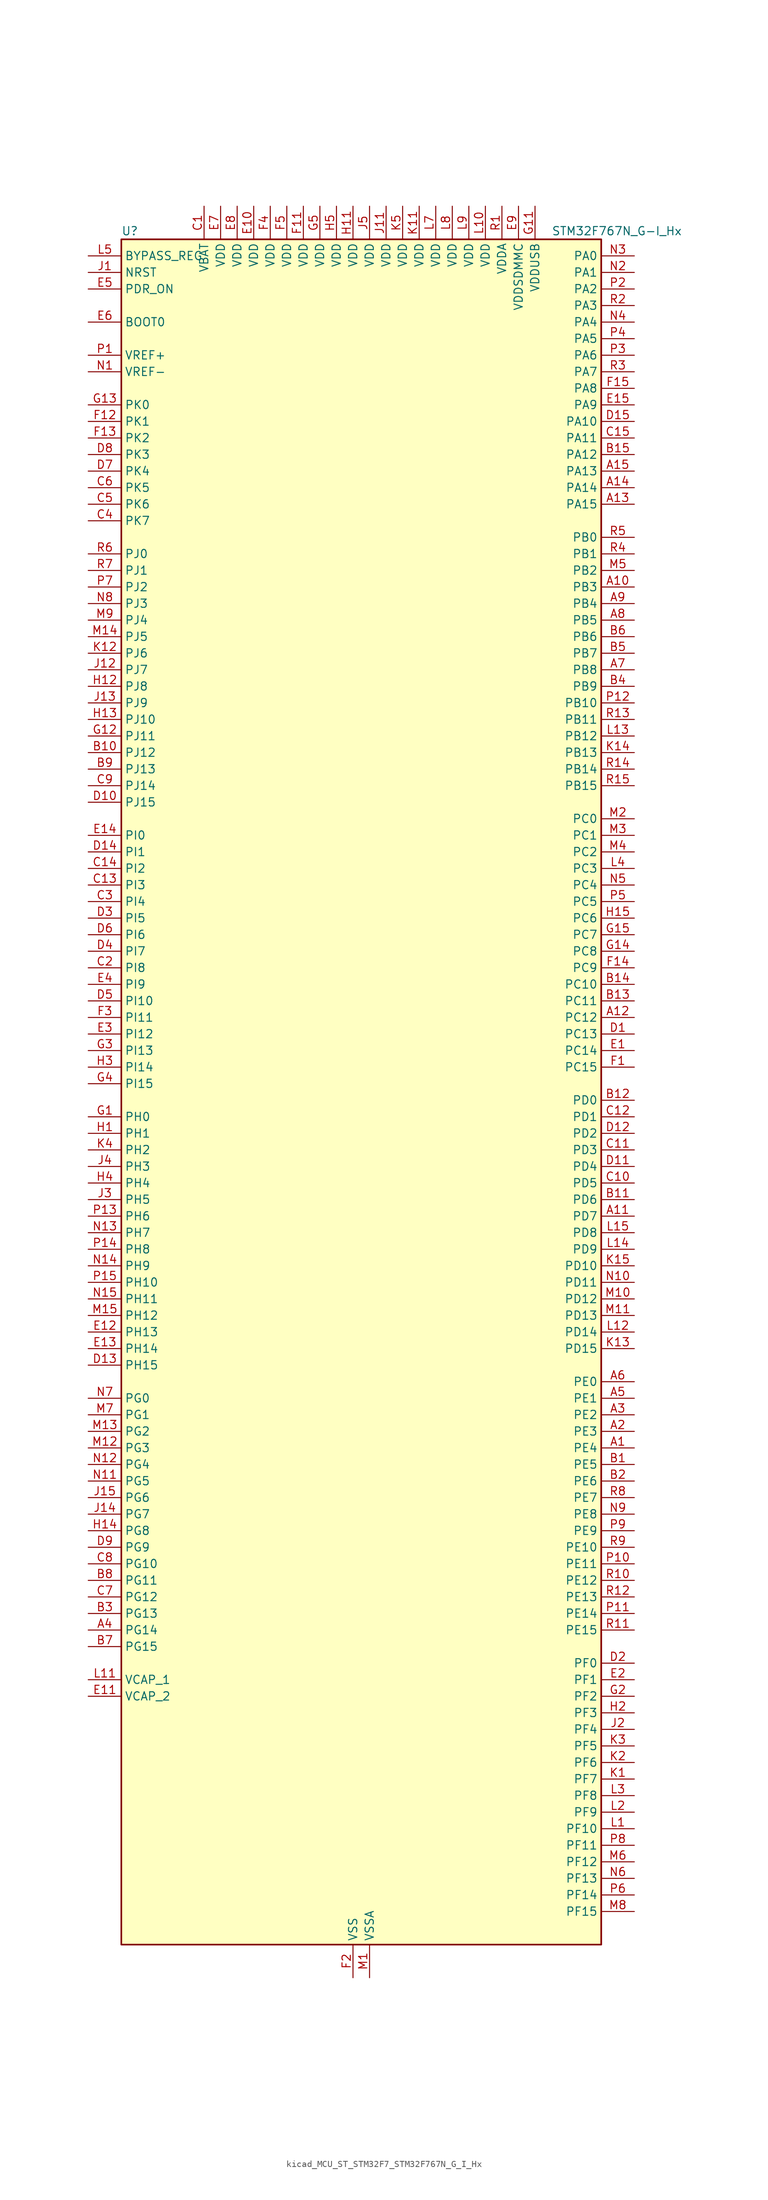
<source format=kicad_sym>
(kicad_symbol_lib
  (version 20220914)
  (generator kicad_symbol_editor)
  (symbol "kicad_MCU_ST_STM32F7_STM32F767N_G_I_Hx"
    (property "Reference" "U"
      (at -35.56 133.35 0)
      (effects (font (size 1.27 1.27)) (justify left)))
    (property "Value" "STM32F767N_G-I_Hx"
      (at 30.48 133.35 0)
      (effects (font (size 1.27 1.27)) (justify left)))
    (property "ki_locked" ""
      (at 0 0 0)
      (effects (font (size 1.27 1.27))))
    (symbol "kicad_MCU_ST_STM32F7_STM32F767N_G_I_Hx_0_1"
      (rectangle (start -35.56 -129.54) (end 38.1 132.08) (stroke (width 0.254) (type default)) (fill (type background))))
    (symbol "kicad_MCU_ST_STM32F7_STM32F767N_G_I_Hx_1_1"
      (pin bidirectional line (at 43.18 -53.34 180) (length 5.08) (name "PE4" (effects (font (size 1.27 1.27)))) (number "A1" (effects (font (size 1.27 1.27)))) (alternate "DCMI_D4" bidirectional line) (alternate "DFSDM1_DATIN3" bidirectional line) (alternate "FMC_A20" bidirectional line) (alternate "LTDC_B0" bidirectional line) (alternate "SAI1_FS_A" bidirectional line) (alternate "SPI4_NSS" bidirectional line) (alternate "SYS_TRACED1" bidirectional line))
      (pin bidirectional line (at 43.18 78.74 180) (length 5.08) (name "PB3" (effects (font (size 1.27 1.27)))) (number "A10" (effects (font (size 1.27 1.27)))) (alternate "CAN3_RX" bidirectional line) (alternate "I2S1_CK" bidirectional line) (alternate "I2S3_CK" bidirectional line) (alternate "SDMMC2_D2" bidirectional line) (alternate "SPI1_SCK" bidirectional line) (alternate "SPI3_SCK" bidirectional line) (alternate "SPI6_SCK" bidirectional line) (alternate "SYS_JTDO-SWO" bidirectional line) (alternate "TIM2_CH2" bidirectional line) (alternate "UART7_RX" bidirectional line))
      (pin bidirectional line (at 43.18 -17.78 180) (length 5.08) (name "PD7" (effects (font (size 1.27 1.27)))) (number "A11" (effects (font (size 1.27 1.27)))) (alternate "DFSDM1_CKIN1" bidirectional line) (alternate "DFSDM1_DATIN4" bidirectional line) (alternate "FMC_NE1" bidirectional line) (alternate "I2S1_SD" bidirectional line) (alternate "SDMMC2_CMD" bidirectional line) (alternate "SPDIFRX_IN0" bidirectional line) (alternate "SPI1_MOSI" bidirectional line) (alternate "USART2_CK" bidirectional line))
      (pin bidirectional line (at 43.18 12.7 180) (length 5.08) (name "PC12" (effects (font (size 1.27 1.27)))) (number "A12" (effects (font (size 1.27 1.27)))) (alternate "DCMI_D9" bidirectional line) (alternate "I2S3_SD" bidirectional line) (alternate "SDMMC1_CK" bidirectional line) (alternate "SPI3_MOSI" bidirectional line) (alternate "SYS_TRACED3" bidirectional line) (alternate "UART5_TX" bidirectional line) (alternate "USART3_CK" bidirectional line))
      (pin bidirectional line (at 43.18 91.44 180) (length 5.08) (name "PA15" (effects (font (size 1.27 1.27)))) (number "A13" (effects (font (size 1.27 1.27)))) (alternate "CAN3_TX" bidirectional line) (alternate "CEC" bidirectional line) (alternate "I2S1_WS" bidirectional line) (alternate "I2S3_WS" bidirectional line) (alternate "SPI1_NSS" bidirectional line) (alternate "SPI3_NSS" bidirectional line) (alternate "SPI6_NSS" bidirectional line) (alternate "SYS_JTDI" bidirectional line) (alternate "TIM2_CH1" bidirectional line) (alternate "TIM2_ETR" bidirectional line) (alternate "UART4_DE" bidirectional line) (alternate "UART4_RTS" bidirectional line) (alternate "UART7_TX" bidirectional line))
      (pin bidirectional line (at 43.18 93.98 180) (length 5.08) (name "PA14" (effects (font (size 1.27 1.27)))) (number "A14" (effects (font (size 1.27 1.27)))) (alternate "SYS_JTCK-SWCLK" bidirectional line))
      (pin bidirectional line (at 43.18 96.52 180) (length 5.08) (name "PA13" (effects (font (size 1.27 1.27)))) (number "A15" (effects (font (size 1.27 1.27)))) (alternate "SYS_JTMS-SWDIO" bidirectional line))
      (pin bidirectional line (at 43.18 -50.8 180) (length 5.08) (name "PE3" (effects (font (size 1.27 1.27)))) (number "A2" (effects (font (size 1.27 1.27)))) (alternate "FMC_A19" bidirectional line) (alternate "SAI1_SD_B" bidirectional line) (alternate "SYS_TRACED0" bidirectional line))
      (pin bidirectional line (at 43.18 -48.26 180) (length 5.08) (name "PE2" (effects (font (size 1.27 1.27)))) (number "A3" (effects (font (size 1.27 1.27)))) (alternate "ETH_TXD3" bidirectional line) (alternate "FMC_A23" bidirectional line) (alternate "QUADSPI_BK1_IO2" bidirectional line) (alternate "SAI1_MCLK_A" bidirectional line) (alternate "SPI4_SCK" bidirectional line) (alternate "SYS_TRACECLK" bidirectional line))
      (pin bidirectional line (at -40.64 -81.28 0) (length 5.08) (name "PG14" (effects (font (size 1.27 1.27)))) (number "A4" (effects (font (size 1.27 1.27)))) (alternate "ETH_TXD1" bidirectional line) (alternate "FMC_A25" bidirectional line) (alternate "LPTIM1_ETR" bidirectional line) (alternate "LTDC_B0" bidirectional line) (alternate "QUADSPI_BK2_IO3" bidirectional line) (alternate "SPI6_MOSI" bidirectional line) (alternate "SYS_TRACED1" bidirectional line) (alternate "USART6_TX" bidirectional line))
      (pin bidirectional line (at 43.18 -45.72 180) (length 5.08) (name "PE1" (effects (font (size 1.27 1.27)))) (number "A5" (effects (font (size 1.27 1.27)))) (alternate "DCMI_D3" bidirectional line) (alternate "FMC_NBL1" bidirectional line) (alternate "LPTIM1_IN2" bidirectional line) (alternate "UART8_TX" bidirectional line))
      (pin bidirectional line (at 43.18 -43.18 180) (length 5.08) (name "PE0" (effects (font (size 1.27 1.27)))) (number "A6" (effects (font (size 1.27 1.27)))) (alternate "DCMI_D2" bidirectional line) (alternate "FMC_NBL0" bidirectional line) (alternate "LPTIM1_ETR" bidirectional line) (alternate "SAI2_MCLK_A" bidirectional line) (alternate "TIM4_ETR" bidirectional line) (alternate "UART8_RX" bidirectional line))
      (pin bidirectional line (at 43.18 66.04 180) (length 5.08) (name "PB8" (effects (font (size 1.27 1.27)))) (number "A7" (effects (font (size 1.27 1.27)))) (alternate "CAN1_RX" bidirectional line) (alternate "DCMI_D6" bidirectional line) (alternate "DFSDM1_CKIN7" bidirectional line) (alternate "ETH_TXD3" bidirectional line) (alternate "I2C1_SCL" bidirectional line) (alternate "I2C4_SCL" bidirectional line) (alternate "LTDC_B6" bidirectional line) (alternate "SDMMC1_D4" bidirectional line) (alternate "SDMMC2_D4" bidirectional line) (alternate "TIM10_CH1" bidirectional line) (alternate "TIM4_CH3" bidirectional line) (alternate "UART5_RX" bidirectional line))
      (pin bidirectional line (at 43.18 73.66 180) (length 5.08) (name "PB5" (effects (font (size 1.27 1.27)))) (number "A8" (effects (font (size 1.27 1.27)))) (alternate "CAN2_RX" bidirectional line) (alternate "DCMI_D10" bidirectional line) (alternate "ETH_PPS_OUT" bidirectional line) (alternate "FMC_SDCKE1" bidirectional line) (alternate "I2C1_SMBA" bidirectional line) (alternate "I2S1_SD" bidirectional line) (alternate "I2S3_SD" bidirectional line) (alternate "LTDC_G7" bidirectional line) (alternate "SPI1_MOSI" bidirectional line) (alternate "SPI3_MOSI" bidirectional line) (alternate "SPI6_MOSI" bidirectional line) (alternate "TIM3_CH2" bidirectional line) (alternate "UART5_RX" bidirectional line) (alternate "USB_OTG_HS_ULPI_D7" bidirectional line))
      (pin bidirectional line (at 43.18 76.2 180) (length 5.08) (name "PB4" (effects (font (size 1.27 1.27)))) (number "A9" (effects (font (size 1.27 1.27)))) (alternate "CAN3_TX" bidirectional line) (alternate "I2S2_WS" bidirectional line) (alternate "SDMMC2_D3" bidirectional line) (alternate "SPI1_MISO" bidirectional line) (alternate "SPI2_NSS" bidirectional line) (alternate "SPI3_MISO" bidirectional line) (alternate "SPI6_MISO" bidirectional line) (alternate "SYS_JTRST" bidirectional line) (alternate "TIM3_CH1" bidirectional line) (alternate "UART7_TX" bidirectional line))
      (pin bidirectional line (at 43.18 -55.88 180) (length 5.08) (name "PE5" (effects (font (size 1.27 1.27)))) (number "B1" (effects (font (size 1.27 1.27)))) (alternate "DCMI_D6" bidirectional line) (alternate "DFSDM1_CKIN3" bidirectional line) (alternate "FMC_A21" bidirectional line) (alternate "LTDC_G0" bidirectional line) (alternate "SAI1_SCK_A" bidirectional line) (alternate "SPI4_MISO" bidirectional line) (alternate "SYS_TRACED2" bidirectional line) (alternate "TIM9_CH1" bidirectional line))
      (pin bidirectional line (at -40.64 53.34 0) (length 5.08) (name "PJ12" (effects (font (size 1.27 1.27)))) (number "B10" (effects (font (size 1.27 1.27)))) (alternate "LTDC_B0" bidirectional line) (alternate "LTDC_G3" bidirectional line))
      (pin bidirectional line (at 43.18 -15.24 180) (length 5.08) (name "PD6" (effects (font (size 1.27 1.27)))) (number "B11" (effects (font (size 1.27 1.27)))) (alternate "DCMI_D10" bidirectional line) (alternate "DFSDM1_CKIN4" bidirectional line) (alternate "DFSDM1_DATIN1" bidirectional line) (alternate "FMC_NWAIT" bidirectional line) (alternate "I2S3_SD" bidirectional line) (alternate "LTDC_B2" bidirectional line) (alternate "SAI1_SD_A" bidirectional line) (alternate "SDMMC2_CK" bidirectional line) (alternate "SPI3_MOSI" bidirectional line) (alternate "USART2_RX" bidirectional line))
      (pin bidirectional line (at 43.18 0 180) (length 5.08) (name "PD0" (effects (font (size 1.27 1.27)))) (number "B12" (effects (font (size 1.27 1.27)))) (alternate "CAN1_RX" bidirectional line) (alternate "DFSDM1_CKIN6" bidirectional line) (alternate "DFSDM1_DATIN7" bidirectional line) (alternate "FMC_D2" bidirectional line) (alternate "FMC_DA2" bidirectional line) (alternate "UART4_RX" bidirectional line))
      (pin bidirectional line (at 43.18 15.24 180) (length 5.08) (name "PC11" (effects (font (size 1.27 1.27)))) (number "B13" (effects (font (size 1.27 1.27)))) (alternate "ADC1_EXTI11" bidirectional line) (alternate "ADC2_EXTI11" bidirectional line) (alternate "ADC3_EXTI11" bidirectional line) (alternate "DCMI_D4" bidirectional line) (alternate "DFSDM1_DATIN5" bidirectional line) (alternate "QUADSPI_BK2_NCS" bidirectional line) (alternate "SDMMC1_D3" bidirectional line) (alternate "SPI3_MISO" bidirectional line) (alternate "UART4_RX" bidirectional line) (alternate "USART3_RX" bidirectional line))
      (pin bidirectional line (at 43.18 17.78 180) (length 5.08) (name "PC10" (effects (font (size 1.27 1.27)))) (number "B14" (effects (font (size 1.27 1.27)))) (alternate "DCMI_D8" bidirectional line) (alternate "DFSDM1_CKIN5" bidirectional line) (alternate "I2S3_CK" bidirectional line) (alternate "LTDC_R2" bidirectional line) (alternate "QUADSPI_BK1_IO1" bidirectional line) (alternate "SDMMC1_D2" bidirectional line) (alternate "SPI3_SCK" bidirectional line) (alternate "UART4_TX" bidirectional line) (alternate "USART3_TX" bidirectional line))
      (pin bidirectional line (at 43.18 99.06 180) (length 5.08) (name "PA12" (effects (font (size 1.27 1.27)))) (number "B15" (effects (font (size 1.27 1.27)))) (alternate "CAN1_TX" bidirectional line) (alternate "I2S2_CK" bidirectional line) (alternate "LTDC_R5" bidirectional line) (alternate "SAI2_FS_B" bidirectional line) (alternate "SPI2_SCK" bidirectional line) (alternate "TIM1_ETR" bidirectional line) (alternate "UART4_TX" bidirectional line) (alternate "USART1_DE" bidirectional line) (alternate "USART1_RTS" bidirectional line) (alternate "USB_OTG_FS_DP" bidirectional line))
      (pin bidirectional line (at 43.18 -58.42 180) (length 5.08) (name "PE6" (effects (font (size 1.27 1.27)))) (number "B2" (effects (font (size 1.27 1.27)))) (alternate "DCMI_D7" bidirectional line) (alternate "FMC_A22" bidirectional line) (alternate "LTDC_G1" bidirectional line) (alternate "SAI1_SD_A" bidirectional line) (alternate "SAI2_MCLK_B" bidirectional line) (alternate "SPI4_MOSI" bidirectional line) (alternate "SYS_TRACED3" bidirectional line) (alternate "TIM1_BKIN2" bidirectional line) (alternate "TIM9_CH2" bidirectional line))
      (pin bidirectional line (at -40.64 -78.74 0) (length 5.08) (name "PG13" (effects (font (size 1.27 1.27)))) (number "B3" (effects (font (size 1.27 1.27)))) (alternate "ETH_TXD0" bidirectional line) (alternate "FMC_A24" bidirectional line) (alternate "LPTIM1_OUT" bidirectional line) (alternate "LTDC_R0" bidirectional line) (alternate "SPI6_SCK" bidirectional line) (alternate "SYS_TRACED0" bidirectional line) (alternate "USART6_CTS" bidirectional line))
      (pin bidirectional line (at 43.18 63.5 180) (length 5.08) (name "PB9" (effects (font (size 1.27 1.27)))) (number "B4" (effects (font (size 1.27 1.27)))) (alternate "CAN1_TX" bidirectional line) (alternate "DAC_EXTI9" bidirectional line) (alternate "DCMI_D7" bidirectional line) (alternate "DFSDM1_DATIN7" bidirectional line) (alternate "I2C1_SDA" bidirectional line) (alternate "I2C4_SDA" bidirectional line) (alternate "I2C4_SMBA" bidirectional line) (alternate "I2S2_WS" bidirectional line) (alternate "LTDC_B7" bidirectional line) (alternate "SDMMC1_D5" bidirectional line) (alternate "SDMMC2_D5" bidirectional line) (alternate "SPI2_NSS" bidirectional line) (alternate "TIM11_CH1" bidirectional line) (alternate "TIM4_CH4" bidirectional line) (alternate "UART5_TX" bidirectional line))
      (pin bidirectional line (at 43.18 68.58 180) (length 5.08) (name "PB7" (effects (font (size 1.27 1.27)))) (number "B5" (effects (font (size 1.27 1.27)))) (alternate "DCMI_VSYNC" bidirectional line) (alternate "DFSDM1_CKIN5" bidirectional line) (alternate "FMC_NL" bidirectional line) (alternate "I2C1_SDA" bidirectional line) (alternate "I2C4_SDA" bidirectional line) (alternate "TIM4_CH2" bidirectional line) (alternate "USART1_RX" bidirectional line))
      (pin bidirectional line (at 43.18 71.12 180) (length 5.08) (name "PB6" (effects (font (size 1.27 1.27)))) (number "B6" (effects (font (size 1.27 1.27)))) (alternate "CAN2_TX" bidirectional line) (alternate "CEC" bidirectional line) (alternate "DCMI_D5" bidirectional line) (alternate "DFSDM1_DATIN5" bidirectional line) (alternate "FMC_SDNE1" bidirectional line) (alternate "I2C1_SCL" bidirectional line) (alternate "I2C4_SCL" bidirectional line) (alternate "QUADSPI_BK1_NCS" bidirectional line) (alternate "TIM4_CH1" bidirectional line) (alternate "UART5_TX" bidirectional line) (alternate "USART1_TX" bidirectional line))
      (pin bidirectional line (at -40.64 -83.82 0) (length 5.08) (name "PG15" (effects (font (size 1.27 1.27)))) (number "B7" (effects (font (size 1.27 1.27)))) (alternate "DCMI_D13" bidirectional line) (alternate "FMC_SDNCAS" bidirectional line) (alternate "USART6_CTS" bidirectional line))
      (pin bidirectional line (at -40.64 -73.66 0) (length 5.08) (name "PG11" (effects (font (size 1.27 1.27)))) (number "B8" (effects (font (size 1.27 1.27)))) (alternate "ADC1_EXTI11" bidirectional line) (alternate "ADC2_EXTI11" bidirectional line) (alternate "ADC3_EXTI11" bidirectional line) (alternate "DCMI_D3" bidirectional line) (alternate "ETH_TX_EN" bidirectional line) (alternate "I2S1_CK" bidirectional line) (alternate "LTDC_B3" bidirectional line) (alternate "SDMMC2_D2" bidirectional line) (alternate "SPDIFRX_IN0" bidirectional line) (alternate "SPI1_SCK" bidirectional line))
      (pin bidirectional line (at -40.64 50.8 0) (length 5.08) (name "PJ13" (effects (font (size 1.27 1.27)))) (number "B9" (effects (font (size 1.27 1.27)))) (alternate "LTDC_B1" bidirectional line) (alternate "LTDC_G4" bidirectional line))
      (pin power_in line (at -22.86 137.16 270) (length 5.08) (name "VBAT" (effects (font (size 1.27 1.27)))) (number "C1" (effects (font (size 1.27 1.27)))))
      (pin bidirectional line (at 43.18 -12.7 180) (length 5.08) (name "PD5" (effects (font (size 1.27 1.27)))) (number "C10" (effects (font (size 1.27 1.27)))) (alternate "FMC_NWE" bidirectional line) (alternate "USART2_TX" bidirectional line))
      (pin bidirectional line (at 43.18 -7.62 180) (length 5.08) (name "PD3" (effects (font (size 1.27 1.27)))) (number "C11" (effects (font (size 1.27 1.27)))) (alternate "DCMI_D5" bidirectional line) (alternate "DFSDM1_CKOUT" bidirectional line) (alternate "DFSDM1_DATIN0" bidirectional line) (alternate "FMC_CLK" bidirectional line) (alternate "I2S2_CK" bidirectional line) (alternate "LTDC_G7" bidirectional line) (alternate "SPI2_SCK" bidirectional line) (alternate "USART2_CTS" bidirectional line))
      (pin bidirectional line (at 43.18 -2.54 180) (length 5.08) (name "PD1" (effects (font (size 1.27 1.27)))) (number "C12" (effects (font (size 1.27 1.27)))) (alternate "CAN1_TX" bidirectional line) (alternate "DFSDM1_CKIN7" bidirectional line) (alternate "DFSDM1_DATIN6" bidirectional line) (alternate "FMC_D3" bidirectional line) (alternate "FMC_DA3" bidirectional line) (alternate "UART4_TX" bidirectional line))
      (pin bidirectional line (at -40.64 33.02 0) (length 5.08) (name "PI3" (effects (font (size 1.27 1.27)))) (number "C13" (effects (font (size 1.27 1.27)))) (alternate "DCMI_D10" bidirectional line) (alternate "FMC_D27" bidirectional line) (alternate "I2S2_SD" bidirectional line) (alternate "SPI2_MOSI" bidirectional line) (alternate "TIM8_ETR" bidirectional line))
      (pin bidirectional line (at -40.64 35.56 0) (length 5.08) (name "PI2" (effects (font (size 1.27 1.27)))) (number "C14" (effects (font (size 1.27 1.27)))) (alternate "DCMI_D9" bidirectional line) (alternate "FMC_D26" bidirectional line) (alternate "LTDC_G7" bidirectional line) (alternate "SPI2_MISO" bidirectional line) (alternate "TIM8_CH4" bidirectional line))
      (pin bidirectional line (at 43.18 101.6 180) (length 5.08) (name "PA11" (effects (font (size 1.27 1.27)))) (number "C15" (effects (font (size 1.27 1.27)))) (alternate "ADC1_EXTI11" bidirectional line) (alternate "ADC2_EXTI11" bidirectional line) (alternate "ADC3_EXTI11" bidirectional line) (alternate "CAN1_RX" bidirectional line) (alternate "I2S2_WS" bidirectional line) (alternate "LTDC_R4" bidirectional line) (alternate "SPI2_NSS" bidirectional line) (alternate "TIM1_CH4" bidirectional line) (alternate "UART4_RX" bidirectional line) (alternate "USART1_CTS" bidirectional line) (alternate "USB_OTG_FS_DM" bidirectional line))
      (pin bidirectional line (at -40.64 20.32 0) (length 5.08) (name "PI8" (effects (font (size 1.27 1.27)))) (number "C2" (effects (font (size 1.27 1.27)))) (alternate "RTC_TAMP2" bidirectional line) (alternate "RTC_TS" bidirectional line) (alternate "SYS_WKUP5" bidirectional line))
      (pin bidirectional line (at -40.64 30.48 0) (length 5.08) (name "PI4" (effects (font (size 1.27 1.27)))) (number "C3" (effects (font (size 1.27 1.27)))) (alternate "DCMI_D5" bidirectional line) (alternate "FMC_NBL2" bidirectional line) (alternate "LTDC_B4" bidirectional line) (alternate "SAI2_MCLK_A" bidirectional line) (alternate "TIM8_BKIN" bidirectional line))
      (pin bidirectional line (at -40.64 88.9 0) (length 5.08) (name "PK7" (effects (font (size 1.27 1.27)))) (number "C4" (effects (font (size 1.27 1.27)))) (alternate "LTDC_DE" bidirectional line))
      (pin bidirectional line (at -40.64 91.44 0) (length 5.08) (name "PK6" (effects (font (size 1.27 1.27)))) (number "C5" (effects (font (size 1.27 1.27)))) (alternate "LTDC_B7" bidirectional line))
      (pin bidirectional line (at -40.64 93.98 0) (length 5.08) (name "PK5" (effects (font (size 1.27 1.27)))) (number "C6" (effects (font (size 1.27 1.27)))) (alternate "LTDC_B6" bidirectional line))
      (pin bidirectional line (at -40.64 -76.2 0) (length 5.08) (name "PG12" (effects (font (size 1.27 1.27)))) (number "C7" (effects (font (size 1.27 1.27)))) (alternate "FMC_NE4" bidirectional line) (alternate "LPTIM1_IN1" bidirectional line) (alternate "LTDC_B1" bidirectional line) (alternate "LTDC_B4" bidirectional line) (alternate "SDMMC2_D3" bidirectional line) (alternate "SPDIFRX_IN1" bidirectional line) (alternate "SPI6_MISO" bidirectional line) (alternate "USART6_DE" bidirectional line) (alternate "USART6_RTS" bidirectional line))
      (pin bidirectional line (at -40.64 -71.12 0) (length 5.08) (name "PG10" (effects (font (size 1.27 1.27)))) (number "C8" (effects (font (size 1.27 1.27)))) (alternate "DCMI_D2" bidirectional line) (alternate "FMC_NE3" bidirectional line) (alternate "I2S1_WS" bidirectional line) (alternate "LTDC_B2" bidirectional line) (alternate "LTDC_G3" bidirectional line) (alternate "SAI2_SD_B" bidirectional line) (alternate "SDMMC2_D1" bidirectional line) (alternate "SPI1_NSS" bidirectional line))
      (pin bidirectional line (at -40.64 48.26 0) (length 5.08) (name "PJ14" (effects (font (size 1.27 1.27)))) (number "C9" (effects (font (size 1.27 1.27)))) (alternate "LTDC_B2" bidirectional line))
      (pin bidirectional line (at 43.18 10.16 180) (length 5.08) (name "PC13" (effects (font (size 1.27 1.27)))) (number "D1" (effects (font (size 1.27 1.27)))) (alternate "RTC_OUT" bidirectional line) (alternate "RTC_TAMP1" bidirectional line) (alternate "RTC_TS" bidirectional line) (alternate "SYS_WKUP4" bidirectional line))
      (pin bidirectional line (at -40.64 45.72 0) (length 5.08) (name "PJ15" (effects (font (size 1.27 1.27)))) (number "D10" (effects (font (size 1.27 1.27)))) (alternate "LTDC_B3" bidirectional line))
      (pin bidirectional line (at 43.18 -10.16 180) (length 5.08) (name "PD4" (effects (font (size 1.27 1.27)))) (number "D11" (effects (font (size 1.27 1.27)))) (alternate "DFSDM1_CKIN0" bidirectional line) (alternate "FMC_NOE" bidirectional line) (alternate "USART2_DE" bidirectional line) (alternate "USART2_RTS" bidirectional line))
      (pin bidirectional line (at 43.18 -5.08 180) (length 5.08) (name "PD2" (effects (font (size 1.27 1.27)))) (number "D12" (effects (font (size 1.27 1.27)))) (alternate "DCMI_D11" bidirectional line) (alternate "SDMMC1_CMD" bidirectional line) (alternate "SYS_TRACED2" bidirectional line) (alternate "TIM3_ETR" bidirectional line) (alternate "UART5_RX" bidirectional line))
      (pin bidirectional line (at -40.64 -40.64 0) (length 5.08) (name "PH15" (effects (font (size 1.27 1.27)))) (number "D13" (effects (font (size 1.27 1.27)))) (alternate "DCMI_D11" bidirectional line) (alternate "FMC_D23" bidirectional line) (alternate "LTDC_G4" bidirectional line) (alternate "TIM8_CH3N" bidirectional line))
      (pin bidirectional line (at -40.64 38.1 0) (length 5.08) (name "PI1" (effects (font (size 1.27 1.27)))) (number "D14" (effects (font (size 1.27 1.27)))) (alternate "DCMI_D8" bidirectional line) (alternate "FMC_D25" bidirectional line) (alternate "I2S2_CK" bidirectional line) (alternate "LTDC_G6" bidirectional line) (alternate "SPI2_SCK" bidirectional line) (alternate "TIM8_BKIN2" bidirectional line))
      (pin bidirectional line (at 43.18 104.14 180) (length 5.08) (name "PA10" (effects (font (size 1.27 1.27)))) (number "D15" (effects (font (size 1.27 1.27)))) (alternate "DCMI_D1" bidirectional line) (alternate "LTDC_B1" bidirectional line) (alternate "LTDC_B4" bidirectional line) (alternate "MDIOS_MDIO" bidirectional line) (alternate "TIM1_CH3" bidirectional line) (alternate "USART1_RX" bidirectional line) (alternate "USB_OTG_FS_ID" bidirectional line))
      (pin bidirectional line (at 43.18 -86.36 180) (length 5.08) (name "PF0" (effects (font (size 1.27 1.27)))) (number "D2" (effects (font (size 1.27 1.27)))) (alternate "FMC_A0" bidirectional line) (alternate "I2C2_SDA" bidirectional line))
      (pin bidirectional line (at -40.64 27.94 0) (length 5.08) (name "PI5" (effects (font (size 1.27 1.27)))) (number "D3" (effects (font (size 1.27 1.27)))) (alternate "DCMI_VSYNC" bidirectional line) (alternate "FMC_NBL3" bidirectional line) (alternate "LTDC_B5" bidirectional line) (alternate "SAI2_SCK_A" bidirectional line) (alternate "TIM8_CH1" bidirectional line))
      (pin bidirectional line (at -40.64 22.86 0) (length 5.08) (name "PI7" (effects (font (size 1.27 1.27)))) (number "D4" (effects (font (size 1.27 1.27)))) (alternate "DCMI_D7" bidirectional line) (alternate "FMC_D29" bidirectional line) (alternate "LTDC_B7" bidirectional line) (alternate "SAI2_FS_A" bidirectional line) (alternate "TIM8_CH3" bidirectional line))
      (pin bidirectional line (at -40.64 15.24 0) (length 5.08) (name "PI10" (effects (font (size 1.27 1.27)))) (number "D5" (effects (font (size 1.27 1.27)))) (alternate "ETH_RX_ER" bidirectional line) (alternate "FMC_D31" bidirectional line) (alternate "LTDC_HSYNC" bidirectional line))
      (pin bidirectional line (at -40.64 25.4 0) (length 5.08) (name "PI6" (effects (font (size 1.27 1.27)))) (number "D6" (effects (font (size 1.27 1.27)))) (alternate "DCMI_D6" bidirectional line) (alternate "FMC_D28" bidirectional line) (alternate "LTDC_B6" bidirectional line) (alternate "SAI2_SD_A" bidirectional line) (alternate "TIM8_CH2" bidirectional line))
      (pin bidirectional line (at -40.64 96.52 0) (length 5.08) (name "PK4" (effects (font (size 1.27 1.27)))) (number "D7" (effects (font (size 1.27 1.27)))) (alternate "LTDC_B5" bidirectional line))
      (pin bidirectional line (at -40.64 99.06 0) (length 5.08) (name "PK3" (effects (font (size 1.27 1.27)))) (number "D8" (effects (font (size 1.27 1.27)))) (alternate "LTDC_B4" bidirectional line))
      (pin bidirectional line (at -40.64 -68.58 0) (length 5.08) (name "PG9" (effects (font (size 1.27 1.27)))) (number "D9" (effects (font (size 1.27 1.27)))) (alternate "DAC_EXTI9" bidirectional line) (alternate "DCMI_VSYNC" bidirectional line) (alternate "FMC_NCE" bidirectional line) (alternate "FMC_NE2" bidirectional line) (alternate "QUADSPI_BK2_IO2" bidirectional line) (alternate "SAI2_FS_B" bidirectional line) (alternate "SDMMC2_D0" bidirectional line) (alternate "SPDIFRX_IN3" bidirectional line) (alternate "SPI1_MISO" bidirectional line) (alternate "USART6_RX" bidirectional line))
      (pin bidirectional line (at 43.18 7.62 180) (length 5.08) (name "PC14" (effects (font (size 1.27 1.27)))) (number "E1" (effects (font (size 1.27 1.27)))) (alternate "RCC_OSC32_IN" bidirectional line))
      (pin power_in line (at -15.24 137.16 270) (length 5.08) (name "VDD" (effects (font (size 1.27 1.27)))) (number "E10" (effects (font (size 1.27 1.27)))))
      (pin power_out line (at -40.64 -91.44 0) (length 5.08) (name "VCAP_2" (effects (font (size 1.27 1.27)))) (number "E11" (effects (font (size 1.27 1.27)))))
      (pin bidirectional line (at -40.64 -35.56 0) (length 5.08) (name "PH13" (effects (font (size 1.27 1.27)))) (number "E12" (effects (font (size 1.27 1.27)))) (alternate "CAN1_TX" bidirectional line) (alternate "FMC_D21" bidirectional line) (alternate "LTDC_G2" bidirectional line) (alternate "TIM8_CH1N" bidirectional line) (alternate "UART4_TX" bidirectional line))
      (pin bidirectional line (at -40.64 -38.1 0) (length 5.08) (name "PH14" (effects (font (size 1.27 1.27)))) (number "E13" (effects (font (size 1.27 1.27)))) (alternate "CAN1_RX" bidirectional line) (alternate "DCMI_D4" bidirectional line) (alternate "FMC_D22" bidirectional line) (alternate "LTDC_G3" bidirectional line) (alternate "TIM8_CH2N" bidirectional line) (alternate "UART4_RX" bidirectional line))
      (pin bidirectional line (at -40.64 40.64 0) (length 5.08) (name "PI0" (effects (font (size 1.27 1.27)))) (number "E14" (effects (font (size 1.27 1.27)))) (alternate "DCMI_D13" bidirectional line) (alternate "FMC_D24" bidirectional line) (alternate "I2S2_WS" bidirectional line) (alternate "LTDC_G5" bidirectional line) (alternate "SPI2_NSS" bidirectional line) (alternate "TIM5_CH4" bidirectional line))
      (pin bidirectional line (at 43.18 106.68 180) (length 5.08) (name "PA9" (effects (font (size 1.27 1.27)))) (number "E15" (effects (font (size 1.27 1.27)))) (alternate "DAC_EXTI9" bidirectional line) (alternate "DCMI_D0" bidirectional line) (alternate "I2C3_SMBA" bidirectional line) (alternate "I2S2_CK" bidirectional line) (alternate "LTDC_R5" bidirectional line) (alternate "SPI2_SCK" bidirectional line) (alternate "TIM1_CH2" bidirectional line) (alternate "USART1_TX" bidirectional line) (alternate "USB_OTG_FS_VBUS" bidirectional line))
      (pin bidirectional line (at 43.18 -88.9 180) (length 5.08) (name "PF1" (effects (font (size 1.27 1.27)))) (number "E2" (effects (font (size 1.27 1.27)))) (alternate "FMC_A1" bidirectional line) (alternate "I2C2_SCL" bidirectional line))
      (pin bidirectional line (at -40.64 10.16 0) (length 5.08) (name "PI12" (effects (font (size 1.27 1.27)))) (number "E3" (effects (font (size 1.27 1.27)))) (alternate "LTDC_HSYNC" bidirectional line))
      (pin bidirectional line (at -40.64 17.78 0) (length 5.08) (name "PI9" (effects (font (size 1.27 1.27)))) (number "E4" (effects (font (size 1.27 1.27)))) (alternate "CAN1_RX" bidirectional line) (alternate "DAC_EXTI9" bidirectional line) (alternate "FMC_D30" bidirectional line) (alternate "LTDC_VSYNC" bidirectional line) (alternate "UART4_RX" bidirectional line))
      (pin input line (at -40.64 124.46 0) (length 5.08) (name "PDR_ON" (effects (font (size 1.27 1.27)))) (number "E5" (effects (font (size 1.27 1.27)))))
      (pin input line (at -40.64 119.38 0) (length 5.08) (name "BOOT0" (effects (font (size 1.27 1.27)))) (number "E6" (effects (font (size 1.27 1.27)))))
      (pin power_in line (at -20.32 137.16 270) (length 5.08) (name "VDD" (effects (font (size 1.27 1.27)))) (number "E7" (effects (font (size 1.27 1.27)))))
      (pin power_in line (at -17.78 137.16 270) (length 5.08) (name "VDD" (effects (font (size 1.27 1.27)))) (number "E8" (effects (font (size 1.27 1.27)))))
      (pin power_in line (at 25.4 137.16 270) (length 5.08) (name "VDDSDMMC" (effects (font (size 1.27 1.27)))) (number "E9" (effects (font (size 1.27 1.27)))))
      (pin bidirectional line (at 43.18 5.08 180) (length 5.08) (name "PC15" (effects (font (size 1.27 1.27)))) (number "F1" (effects (font (size 1.27 1.27)))) (alternate "RCC_OSC32_OUT" bidirectional line))
      (pin passive line (at 0 -134.62 90) (length 5.08) hide (name "VSS" (effects (font (size 1.27 1.27)))) (number "F10" (effects (font (size 1.27 1.27)))))
      (pin power_in line (at -7.62 137.16 270) (length 5.08) (name "VDD" (effects (font (size 1.27 1.27)))) (number "F11" (effects (font (size 1.27 1.27)))))
      (pin bidirectional line (at -40.64 104.14 0) (length 5.08) (name "PK1" (effects (font (size 1.27 1.27)))) (number "F12" (effects (font (size 1.27 1.27)))) (alternate "LTDC_G6" bidirectional line))
      (pin bidirectional line (at -40.64 101.6 0) (length 5.08) (name "PK2" (effects (font (size 1.27 1.27)))) (number "F13" (effects (font (size 1.27 1.27)))) (alternate "LTDC_G7" bidirectional line))
      (pin bidirectional line (at 43.18 20.32 180) (length 5.08) (name "PC9" (effects (font (size 1.27 1.27)))) (number "F14" (effects (font (size 1.27 1.27)))) (alternate "DAC_EXTI9" bidirectional line) (alternate "DCMI_D3" bidirectional line) (alternate "I2C3_SDA" bidirectional line) (alternate "I2S_CKIN" bidirectional line) (alternate "LTDC_B2" bidirectional line) (alternate "LTDC_G3" bidirectional line) (alternate "QUADSPI_BK1_IO0" bidirectional line) (alternate "RCC_MCO_2" bidirectional line) (alternate "SDMMC1_D1" bidirectional line) (alternate "TIM3_CH4" bidirectional line) (alternate "TIM8_CH4" bidirectional line) (alternate "UART5_CTS" bidirectional line))
      (pin bidirectional line (at 43.18 109.22 180) (length 5.08) (name "PA8" (effects (font (size 1.27 1.27)))) (number "F15" (effects (font (size 1.27 1.27)))) (alternate "CAN3_RX" bidirectional line) (alternate "I2C3_SCL" bidirectional line) (alternate "LTDC_B3" bidirectional line) (alternate "LTDC_R6" bidirectional line) (alternate "RCC_MCO_1" bidirectional line) (alternate "TIM1_CH1" bidirectional line) (alternate "TIM8_BKIN2" bidirectional line) (alternate "UART7_RX" bidirectional line) (alternate "USART1_CK" bidirectional line) (alternate "USB_OTG_FS_SOF" bidirectional line))
      (pin power_in line (at 0 -134.62 90) (length 5.08) (name "VSS" (effects (font (size 1.27 1.27)))) (number "F2" (effects (font (size 1.27 1.27)))))
      (pin bidirectional line (at -40.64 12.7 0) (length 5.08) (name "PI11" (effects (font (size 1.27 1.27)))) (number "F3" (effects (font (size 1.27 1.27)))) (alternate "ADC1_EXTI11" bidirectional line) (alternate "ADC2_EXTI11" bidirectional line) (alternate "ADC3_EXTI11" bidirectional line) (alternate "LTDC_G6" bidirectional line) (alternate "SYS_WKUP6" bidirectional line) (alternate "USB_OTG_HS_ULPI_DIR" bidirectional line))
      (pin power_in line (at -12.7 137.16 270) (length 5.08) (name "VDD" (effects (font (size 1.27 1.27)))) (number "F4" (effects (font (size 1.27 1.27)))))
      (pin power_in line (at -10.16 137.16 270) (length 5.08) (name "VDD" (effects (font (size 1.27 1.27)))) (number "F5" (effects (font (size 1.27 1.27)))))
      (pin passive line (at 0 -134.62 90) (length 5.08) hide (name "VSS" (effects (font (size 1.27 1.27)))) (number "F6" (effects (font (size 1.27 1.27)))))
      (pin passive line (at 0 -134.62 90) (length 5.08) hide (name "VSS" (effects (font (size 1.27 1.27)))) (number "F7" (effects (font (size 1.27 1.27)))))
      (pin passive line (at 0 -134.62 90) (length 5.08) hide (name "VSS" (effects (font (size 1.27 1.27)))) (number "F8" (effects (font (size 1.27 1.27)))))
      (pin passive line (at 0 -134.62 90) (length 5.08) hide (name "VSS" (effects (font (size 1.27 1.27)))) (number "F9" (effects (font (size 1.27 1.27)))))
      (pin bidirectional line (at -40.64 -2.54 0) (length 5.08) (name "PH0" (effects (font (size 1.27 1.27)))) (number "G1" (effects (font (size 1.27 1.27)))) (alternate "RCC_OSC_IN" bidirectional line))
      (pin passive line (at 0 -134.62 90) (length 5.08) hide (name "VSS" (effects (font (size 1.27 1.27)))) (number "G10" (effects (font (size 1.27 1.27)))))
      (pin power_in line (at 27.94 137.16 270) (length 5.08) (name "VDDUSB" (effects (font (size 1.27 1.27)))) (number "G11" (effects (font (size 1.27 1.27)))))
      (pin bidirectional line (at -40.64 55.88 0) (length 5.08) (name "PJ11" (effects (font (size 1.27 1.27)))) (number "G12" (effects (font (size 1.27 1.27)))) (alternate "ADC1_EXTI11" bidirectional line) (alternate "ADC2_EXTI11" bidirectional line) (alternate "ADC3_EXTI11" bidirectional line) (alternate "LTDC_G4" bidirectional line))
      (pin bidirectional line (at -40.64 106.68 0) (length 5.08) (name "PK0" (effects (font (size 1.27 1.27)))) (number "G13" (effects (font (size 1.27 1.27)))) (alternate "LTDC_G5" bidirectional line))
      (pin bidirectional line (at 43.18 22.86 180) (length 5.08) (name "PC8" (effects (font (size 1.27 1.27)))) (number "G14" (effects (font (size 1.27 1.27)))) (alternate "DCMI_D2" bidirectional line) (alternate "FMC_NCE" bidirectional line) (alternate "FMC_NE2" bidirectional line) (alternate "SDMMC1_D0" bidirectional line) (alternate "SYS_TRACED1" bidirectional line) (alternate "TIM3_CH3" bidirectional line) (alternate "TIM8_CH3" bidirectional line) (alternate "UART5_DE" bidirectional line) (alternate "UART5_RTS" bidirectional line) (alternate "USART6_CK" bidirectional line))
      (pin bidirectional line (at 43.18 25.4 180) (length 5.08) (name "PC7" (effects (font (size 1.27 1.27)))) (number "G15" (effects (font (size 1.27 1.27)))) (alternate "DCMI_D1" bidirectional line) (alternate "DFSDM1_DATIN3" bidirectional line) (alternate "FMC_NE1" bidirectional line) (alternate "I2S3_MCK" bidirectional line) (alternate "LTDC_G6" bidirectional line) (alternate "SDMMC1_D7" bidirectional line) (alternate "SDMMC2_D7" bidirectional line) (alternate "TIM3_CH2" bidirectional line) (alternate "TIM8_CH2" bidirectional line) (alternate "USART6_RX" bidirectional line))
      (pin bidirectional line (at 43.18 -91.44 180) (length 5.08) (name "PF2" (effects (font (size 1.27 1.27)))) (number "G2" (effects (font (size 1.27 1.27)))) (alternate "FMC_A2" bidirectional line) (alternate "I2C2_SMBA" bidirectional line))
      (pin bidirectional line (at -40.64 7.62 0) (length 5.08) (name "PI13" (effects (font (size 1.27 1.27)))) (number "G3" (effects (font (size 1.27 1.27)))) (alternate "LTDC_VSYNC" bidirectional line))
      (pin bidirectional line (at -40.64 2.54 0) (length 5.08) (name "PI15" (effects (font (size 1.27 1.27)))) (number "G4" (effects (font (size 1.27 1.27)))) (alternate "LTDC_G2" bidirectional line) (alternate "LTDC_R0" bidirectional line))
      (pin power_in line (at -5.08 137.16 270) (length 5.08) (name "VDD" (effects (font (size 1.27 1.27)))) (number "G5" (effects (font (size 1.27 1.27)))))
      (pin passive line (at 0 -134.62 90) (length 5.08) hide (name "VSS" (effects (font (size 1.27 1.27)))) (number "G6" (effects (font (size 1.27 1.27)))))
      (pin bidirectional line (at -40.64 -5.08 0) (length 5.08) (name "PH1" (effects (font (size 1.27 1.27)))) (number "H1" (effects (font (size 1.27 1.27)))) (alternate "RCC_OSC_OUT" bidirectional line))
      (pin passive line (at 0 -134.62 90) (length 5.08) hide (name "VSS" (effects (font (size 1.27 1.27)))) (number "H10" (effects (font (size 1.27 1.27)))))
      (pin power_in line (at 0 137.16 270) (length 5.08) (name "VDD" (effects (font (size 1.27 1.27)))) (number "H11" (effects (font (size 1.27 1.27)))))
      (pin bidirectional line (at -40.64 63.5 0) (length 5.08) (name "PJ8" (effects (font (size 1.27 1.27)))) (number "H12" (effects (font (size 1.27 1.27)))) (alternate "LTDC_G1" bidirectional line))
      (pin bidirectional line (at -40.64 58.42 0) (length 5.08) (name "PJ10" (effects (font (size 1.27 1.27)))) (number "H13" (effects (font (size 1.27 1.27)))) (alternate "LTDC_G3" bidirectional line))
      (pin bidirectional line (at -40.64 -66.04 0) (length 5.08) (name "PG8" (effects (font (size 1.27 1.27)))) (number "H14" (effects (font (size 1.27 1.27)))) (alternate "ETH_PPS_OUT" bidirectional line) (alternate "FMC_SDCLK" bidirectional line) (alternate "LTDC_G7" bidirectional line) (alternate "SPDIFRX_IN2" bidirectional line) (alternate "SPI6_NSS" bidirectional line) (alternate "USART6_DE" bidirectional line) (alternate "USART6_RTS" bidirectional line))
      (pin bidirectional line (at 43.18 27.94 180) (length 5.08) (name "PC6" (effects (font (size 1.27 1.27)))) (number "H15" (effects (font (size 1.27 1.27)))) (alternate "DCMI_D0" bidirectional line) (alternate "DFSDM1_CKIN3" bidirectional line) (alternate "FMC_NWAIT" bidirectional line) (alternate "I2S2_MCK" bidirectional line) (alternate "LTDC_HSYNC" bidirectional line) (alternate "SDMMC1_D6" bidirectional line) (alternate "SDMMC2_D6" bidirectional line) (alternate "TIM3_CH1" bidirectional line) (alternate "TIM8_CH1" bidirectional line) (alternate "USART6_TX" bidirectional line))
      (pin bidirectional line (at 43.18 -93.98 180) (length 5.08) (name "PF3" (effects (font (size 1.27 1.27)))) (number "H2" (effects (font (size 1.27 1.27)))) (alternate "ADC3_IN9" bidirectional line) (alternate "FMC_A3" bidirectional line))
      (pin bidirectional line (at -40.64 5.08 0) (length 5.08) (name "PI14" (effects (font (size 1.27 1.27)))) (number "H3" (effects (font (size 1.27 1.27)))) (alternate "LTDC_CLK" bidirectional line))
      (pin bidirectional line (at -40.64 -12.7 0) (length 5.08) (name "PH4" (effects (font (size 1.27 1.27)))) (number "H4" (effects (font (size 1.27 1.27)))) (alternate "I2C2_SCL" bidirectional line) (alternate "LTDC_G4" bidirectional line) (alternate "LTDC_G5" bidirectional line) (alternate "USB_OTG_HS_ULPI_NXT" bidirectional line))
      (pin power_in line (at -2.54 137.16 270) (length 5.08) (name "VDD" (effects (font (size 1.27 1.27)))) (number "H5" (effects (font (size 1.27 1.27)))))
      (pin passive line (at 0 -134.62 90) (length 5.08) hide (name "VSS" (effects (font (size 1.27 1.27)))) (number "H6" (effects (font (size 1.27 1.27)))))
      (pin input line (at -40.64 127 0) (length 5.08) (name "NRST" (effects (font (size 1.27 1.27)))) (number "J1" (effects (font (size 1.27 1.27)))))
      (pin passive line (at 0 -134.62 90) (length 5.08) hide (name "VSS" (effects (font (size 1.27 1.27)))) (number "J10" (effects (font (size 1.27 1.27)))))
      (pin power_in line (at 5.08 137.16 270) (length 5.08) (name "VDD" (effects (font (size 1.27 1.27)))) (number "J11" (effects (font (size 1.27 1.27)))))
      (pin bidirectional line (at -40.64 66.04 0) (length 5.08) (name "PJ7" (effects (font (size 1.27 1.27)))) (number "J12" (effects (font (size 1.27 1.27)))) (alternate "LTDC_G0" bidirectional line))
      (pin bidirectional line (at -40.64 60.96 0) (length 5.08) (name "PJ9" (effects (font (size 1.27 1.27)))) (number "J13" (effects (font (size 1.27 1.27)))) (alternate "DAC_EXTI9" bidirectional line) (alternate "LTDC_G2" bidirectional line))
      (pin bidirectional line (at -40.64 -63.5 0) (length 5.08) (name "PG7" (effects (font (size 1.27 1.27)))) (number "J14" (effects (font (size 1.27 1.27)))) (alternate "DCMI_D13" bidirectional line) (alternate "FMC_INT" bidirectional line) (alternate "LTDC_CLK" bidirectional line) (alternate "SAI1_MCLK_A" bidirectional line) (alternate "USART6_CK" bidirectional line))
      (pin bidirectional line (at -40.64 -60.96 0) (length 5.08) (name "PG6" (effects (font (size 1.27 1.27)))) (number "J15" (effects (font (size 1.27 1.27)))) (alternate "DCMI_D12" bidirectional line) (alternate "FMC_NE3" bidirectional line) (alternate "LTDC_R7" bidirectional line))
      (pin bidirectional line (at 43.18 -96.52 180) (length 5.08) (name "PF4" (effects (font (size 1.27 1.27)))) (number "J2" (effects (font (size 1.27 1.27)))) (alternate "ADC3_IN14" bidirectional line) (alternate "FMC_A4" bidirectional line))
      (pin bidirectional line (at -40.64 -15.24 0) (length 5.08) (name "PH5" (effects (font (size 1.27 1.27)))) (number "J3" (effects (font (size 1.27 1.27)))) (alternate "FMC_SDNWE" bidirectional line) (alternate "I2C2_SDA" bidirectional line) (alternate "SPI5_NSS" bidirectional line))
      (pin bidirectional line (at -40.64 -10.16 0) (length 5.08) (name "PH3" (effects (font (size 1.27 1.27)))) (number "J4" (effects (font (size 1.27 1.27)))) (alternate "ETH_COL" bidirectional line) (alternate "FMC_SDNE0" bidirectional line) (alternate "LTDC_R1" bidirectional line) (alternate "QUADSPI_BK2_IO1" bidirectional line) (alternate "SAI2_MCLK_B" bidirectional line))
      (pin power_in line (at 2.54 137.16 270) (length 5.08) (name "VDD" (effects (font (size 1.27 1.27)))) (number "J5" (effects (font (size 1.27 1.27)))))
      (pin passive line (at 0 -134.62 90) (length 5.08) hide (name "VSS" (effects (font (size 1.27 1.27)))) (number "J6" (effects (font (size 1.27 1.27)))))
      (pin bidirectional line (at 43.18 -104.14 180) (length 5.08) (name "PF7" (effects (font (size 1.27 1.27)))) (number "K1" (effects (font (size 1.27 1.27)))) (alternate "ADC3_IN5" bidirectional line) (alternate "QUADSPI_BK1_IO2" bidirectional line) (alternate "SAI1_MCLK_B" bidirectional line) (alternate "SPI5_SCK" bidirectional line) (alternate "TIM11_CH1" bidirectional line) (alternate "UART7_TX" bidirectional line))
      (pin passive line (at 0 -134.62 90) (length 5.08) hide (name "VSS" (effects (font (size 1.27 1.27)))) (number "K10" (effects (font (size 1.27 1.27)))))
      (pin power_in line (at 10.16 137.16 270) (length 5.08) (name "VDD" (effects (font (size 1.27 1.27)))) (number "K11" (effects (font (size 1.27 1.27)))))
      (pin bidirectional line (at -40.64 68.58 0) (length 5.08) (name "PJ6" (effects (font (size 1.27 1.27)))) (number "K12" (effects (font (size 1.27 1.27)))) (alternate "LTDC_R7" bidirectional line))
      (pin bidirectional line (at 43.18 -38.1 180) (length 5.08) (name "PD15" (effects (font (size 1.27 1.27)))) (number "K13" (effects (font (size 1.27 1.27)))) (alternate "FMC_D1" bidirectional line) (alternate "FMC_DA1" bidirectional line) (alternate "TIM4_CH4" bidirectional line) (alternate "UART8_DE" bidirectional line) (alternate "UART8_RTS" bidirectional line))
      (pin bidirectional line (at 43.18 53.34 180) (length 5.08) (name "PB13" (effects (font (size 1.27 1.27)))) (number "K14" (effects (font (size 1.27 1.27)))) (alternate "CAN2_TX" bidirectional line) (alternate "DFSDM1_CKIN1" bidirectional line) (alternate "ETH_TXD1" bidirectional line) (alternate "I2S2_CK" bidirectional line) (alternate "SPI2_SCK" bidirectional line) (alternate "TIM1_CH1N" bidirectional line) (alternate "UART5_TX" bidirectional line) (alternate "USART3_CTS" bidirectional line) (alternate "USB_OTG_HS_ULPI_D6" bidirectional line) (alternate "USB_OTG_HS_VBUS" bidirectional line))
      (pin bidirectional line (at 43.18 -25.4 180) (length 5.08) (name "PD10" (effects (font (size 1.27 1.27)))) (number "K15" (effects (font (size 1.27 1.27)))) (alternate "DFSDM1_CKOUT" bidirectional line) (alternate "FMC_D15" bidirectional line) (alternate "FMC_DA15" bidirectional line) (alternate "LTDC_B3" bidirectional line) (alternate "USART3_CK" bidirectional line))
      (pin bidirectional line (at 43.18 -101.6 180) (length 5.08) (name "PF6" (effects (font (size 1.27 1.27)))) (number "K2" (effects (font (size 1.27 1.27)))) (alternate "ADC3_IN4" bidirectional line) (alternate "QUADSPI_BK1_IO3" bidirectional line) (alternate "SAI1_SD_B" bidirectional line) (alternate "SPI5_NSS" bidirectional line) (alternate "TIM10_CH1" bidirectional line) (alternate "UART7_RX" bidirectional line))
      (pin bidirectional line (at 43.18 -99.06 180) (length 5.08) (name "PF5" (effects (font (size 1.27 1.27)))) (number "K3" (effects (font (size 1.27 1.27)))) (alternate "ADC3_IN15" bidirectional line) (alternate "FMC_A5" bidirectional line))
      (pin bidirectional line (at -40.64 -7.62 0) (length 5.08) (name "PH2" (effects (font (size 1.27 1.27)))) (number "K4" (effects (font (size 1.27 1.27)))) (alternate "ETH_CRS" bidirectional line) (alternate "FMC_SDCKE0" bidirectional line) (alternate "LPTIM1_IN2" bidirectional line) (alternate "LTDC_R0" bidirectional line) (alternate "QUADSPI_BK2_IO0" bidirectional line) (alternate "SAI2_SCK_B" bidirectional line))
      (pin power_in line (at 7.62 137.16 270) (length 5.08) (name "VDD" (effects (font (size 1.27 1.27)))) (number "K5" (effects (font (size 1.27 1.27)))))
      (pin passive line (at 0 -134.62 90) (length 5.08) hide (name "VSS" (effects (font (size 1.27 1.27)))) (number "K6" (effects (font (size 1.27 1.27)))))
      (pin passive line (at 0 -134.62 90) (length 5.08) hide (name "VSS" (effects (font (size 1.27 1.27)))) (number "K7" (effects (font (size 1.27 1.27)))))
      (pin passive line (at 0 -134.62 90) (length 5.08) hide (name "VSS" (effects (font (size 1.27 1.27)))) (number "K8" (effects (font (size 1.27 1.27)))))
      (pin passive line (at 0 -134.62 90) (length 5.08) hide (name "VSS" (effects (font (size 1.27 1.27)))) (number "K9" (effects (font (size 1.27 1.27)))))
      (pin bidirectional line (at 43.18 -111.76 180) (length 5.08) (name "PF10" (effects (font (size 1.27 1.27)))) (number "L1" (effects (font (size 1.27 1.27)))) (alternate "ADC3_IN8" bidirectional line) (alternate "DCMI_D11" bidirectional line) (alternate "LTDC_DE" bidirectional line) (alternate "QUADSPI_CLK" bidirectional line))
      (pin power_in line (at 20.32 137.16 270) (length 5.08) (name "VDD" (effects (font (size 1.27 1.27)))) (number "L10" (effects (font (size 1.27 1.27)))))
      (pin power_out line (at -40.64 -88.9 0) (length 5.08) (name "VCAP_1" (effects (font (size 1.27 1.27)))) (number "L11" (effects (font (size 1.27 1.27)))))
      (pin bidirectional line (at 43.18 -35.56 180) (length 5.08) (name "PD14" (effects (font (size 1.27 1.27)))) (number "L12" (effects (font (size 1.27 1.27)))) (alternate "FMC_D0" bidirectional line) (alternate "FMC_DA0" bidirectional line) (alternate "TIM4_CH3" bidirectional line) (alternate "UART8_CTS" bidirectional line))
      (pin bidirectional line (at 43.18 55.88 180) (length 5.08) (name "PB12" (effects (font (size 1.27 1.27)))) (number "L13" (effects (font (size 1.27 1.27)))) (alternate "CAN2_RX" bidirectional line) (alternate "DFSDM1_DATIN1" bidirectional line) (alternate "ETH_TXD0" bidirectional line) (alternate "I2C2_SMBA" bidirectional line) (alternate "I2S2_WS" bidirectional line) (alternate "SPI2_NSS" bidirectional line) (alternate "TIM1_BKIN" bidirectional line) (alternate "UART5_RX" bidirectional line) (alternate "USART3_CK" bidirectional line) (alternate "USB_OTG_HS_ID" bidirectional line) (alternate "USB_OTG_HS_ULPI_D5" bidirectional line))
      (pin bidirectional line (at 43.18 -22.86 180) (length 5.08) (name "PD9" (effects (font (size 1.27 1.27)))) (number "L14" (effects (font (size 1.27 1.27)))) (alternate "DAC_EXTI9" bidirectional line) (alternate "DFSDM1_DATIN3" bidirectional line) (alternate "FMC_D14" bidirectional line) (alternate "FMC_DA14" bidirectional line) (alternate "USART3_RX" bidirectional line))
      (pin bidirectional line (at 43.18 -20.32 180) (length 5.08) (name "PD8" (effects (font (size 1.27 1.27)))) (number "L15" (effects (font (size 1.27 1.27)))) (alternate "DFSDM1_CKIN3" bidirectional line) (alternate "FMC_D13" bidirectional line) (alternate "FMC_DA13" bidirectional line) (alternate "SPDIFRX_IN1" bidirectional line) (alternate "USART3_TX" bidirectional line))
      (pin bidirectional line (at 43.18 -109.22 180) (length 5.08) (name "PF9" (effects (font (size 1.27 1.27)))) (number "L2" (effects (font (size 1.27 1.27)))) (alternate "ADC3_IN7" bidirectional line) (alternate "DAC_EXTI9" bidirectional line) (alternate "QUADSPI_BK1_IO1" bidirectional line) (alternate "SAI1_FS_B" bidirectional line) (alternate "SPI5_MOSI" bidirectional line) (alternate "TIM14_CH1" bidirectional line) (alternate "UART7_CTS" bidirectional line))
      (pin bidirectional line (at 43.18 -106.68 180) (length 5.08) (name "PF8" (effects (font (size 1.27 1.27)))) (number "L3" (effects (font (size 1.27 1.27)))) (alternate "ADC3_IN6" bidirectional line) (alternate "QUADSPI_BK1_IO0" bidirectional line) (alternate "SAI1_SCK_B" bidirectional line) (alternate "SPI5_MISO" bidirectional line) (alternate "TIM13_CH1" bidirectional line) (alternate "UART7_DE" bidirectional line) (alternate "UART7_RTS" bidirectional line))
      (pin bidirectional line (at 43.18 35.56 180) (length 5.08) (name "PC3" (effects (font (size 1.27 1.27)))) (number "L4" (effects (font (size 1.27 1.27)))) (alternate "ADC1_IN13" bidirectional line) (alternate "ADC2_IN13" bidirectional line) (alternate "ADC3_IN13" bidirectional line) (alternate "DFSDM1_DATIN1" bidirectional line) (alternate "ETH_TX_CLK" bidirectional line) (alternate "FMC_SDCKE0" bidirectional line) (alternate "I2S2_SD" bidirectional line) (alternate "SPI2_MOSI" bidirectional line) (alternate "USB_OTG_HS_ULPI_NXT" bidirectional line))
      (pin input line (at -40.64 129.54 0) (length 5.08) (name "BYPASS_REG" (effects (font (size 1.27 1.27)))) (number "L5" (effects (font (size 1.27 1.27)))))
      (pin passive line (at 0 -134.62 90) (length 5.08) hide (name "VSS" (effects (font (size 1.27 1.27)))) (number "L6" (effects (font (size 1.27 1.27)))))
      (pin power_in line (at 12.7 137.16 270) (length 5.08) (name "VDD" (effects (font (size 1.27 1.27)))) (number "L7" (effects (font (size 1.27 1.27)))))
      (pin power_in line (at 15.24 137.16 270) (length 5.08) (name "VDD" (effects (font (size 1.27 1.27)))) (number "L8" (effects (font (size 1.27 1.27)))))
      (pin power_in line (at 17.78 137.16 270) (length 5.08) (name "VDD" (effects (font (size 1.27 1.27)))) (number "L9" (effects (font (size 1.27 1.27)))))
      (pin power_in line (at 2.54 -134.62 90) (length 5.08) (name "VSSA" (effects (font (size 1.27 1.27)))) (number "M1" (effects (font (size 1.27 1.27)))))
      (pin bidirectional line (at 43.18 -30.48 180) (length 5.08) (name "PD12" (effects (font (size 1.27 1.27)))) (number "M10" (effects (font (size 1.27 1.27)))) (alternate "FMC_A17" bidirectional line) (alternate "FMC_ALE" bidirectional line) (alternate "I2C4_SCL" bidirectional line) (alternate "LPTIM1_IN1" bidirectional line) (alternate "QUADSPI_BK1_IO1" bidirectional line) (alternate "SAI2_FS_A" bidirectional line) (alternate "TIM4_CH1" bidirectional line) (alternate "USART3_DE" bidirectional line) (alternate "USART3_RTS" bidirectional line))
      (pin bidirectional line (at 43.18 -33.02 180) (length 5.08) (name "PD13" (effects (font (size 1.27 1.27)))) (number "M11" (effects (font (size 1.27 1.27)))) (alternate "FMC_A18" bidirectional line) (alternate "I2C4_SDA" bidirectional line) (alternate "LPTIM1_OUT" bidirectional line) (alternate "QUADSPI_BK1_IO3" bidirectional line) (alternate "SAI2_SCK_A" bidirectional line) (alternate "TIM4_CH2" bidirectional line))
      (pin bidirectional line (at -40.64 -53.34 0) (length 5.08) (name "PG3" (effects (font (size 1.27 1.27)))) (number "M12" (effects (font (size 1.27 1.27)))) (alternate "FMC_A13" bidirectional line))
      (pin bidirectional line (at -40.64 -50.8 0) (length 5.08) (name "PG2" (effects (font (size 1.27 1.27)))) (number "M13" (effects (font (size 1.27 1.27)))) (alternate "FMC_A12" bidirectional line))
      (pin bidirectional line (at -40.64 71.12 0) (length 5.08) (name "PJ5" (effects (font (size 1.27 1.27)))) (number "M14" (effects (font (size 1.27 1.27)))) (alternate "LTDC_R6" bidirectional line))
      (pin bidirectional line (at -40.64 -33.02 0) (length 5.08) (name "PH12" (effects (font (size 1.27 1.27)))) (number "M15" (effects (font (size 1.27 1.27)))) (alternate "DCMI_D3" bidirectional line) (alternate "FMC_D20" bidirectional line) (alternate "I2C4_SDA" bidirectional line) (alternate "LTDC_R6" bidirectional line) (alternate "TIM5_CH3" bidirectional line))
      (pin bidirectional line (at 43.18 43.18 180) (length 5.08) (name "PC0" (effects (font (size 1.27 1.27)))) (number "M2" (effects (font (size 1.27 1.27)))) (alternate "ADC1_IN10" bidirectional line) (alternate "ADC2_IN10" bidirectional line) (alternate "ADC3_IN10" bidirectional line) (alternate "DFSDM1_CKIN0" bidirectional line) (alternate "DFSDM1_DATIN4" bidirectional line) (alternate "FMC_SDNWE" bidirectional line) (alternate "LTDC_R5" bidirectional line) (alternate "SAI2_FS_B" bidirectional line) (alternate "USB_OTG_HS_ULPI_STP" bidirectional line))
      (pin bidirectional line (at 43.18 40.64 180) (length 5.08) (name "PC1" (effects (font (size 1.27 1.27)))) (number "M3" (effects (font (size 1.27 1.27)))) (alternate "ADC1_IN11" bidirectional line) (alternate "ADC2_IN11" bidirectional line) (alternate "ADC3_IN11" bidirectional line) (alternate "DFSDM1_CKIN4" bidirectional line) (alternate "DFSDM1_DATIN0" bidirectional line) (alternate "ETH_MDC" bidirectional line) (alternate "I2S2_SD" bidirectional line) (alternate "MDIOS_MDC" bidirectional line) (alternate "RTC_TAMP3" bidirectional line) (alternate "RTC_TS" bidirectional line) (alternate "SAI1_SD_A" bidirectional line) (alternate "SPI2_MOSI" bidirectional line) (alternate "SYS_TRACED0" bidirectional line) (alternate "SYS_WKUP3" bidirectional line))
      (pin bidirectional line (at 43.18 38.1 180) (length 5.08) (name "PC2" (effects (font (size 1.27 1.27)))) (number "M4" (effects (font (size 1.27 1.27)))) (alternate "ADC1_IN12" bidirectional line) (alternate "ADC2_IN12" bidirectional line) (alternate "ADC3_IN12" bidirectional line) (alternate "DFSDM1_CKIN1" bidirectional line) (alternate "DFSDM1_CKOUT" bidirectional line) (alternate "ETH_TXD2" bidirectional line) (alternate "FMC_SDNE0" bidirectional line) (alternate "SPI2_MISO" bidirectional line) (alternate "USB_OTG_HS_ULPI_DIR" bidirectional line))
      (pin bidirectional line (at 43.18 81.28 180) (length 5.08) (name "PB2" (effects (font (size 1.27 1.27)))) (number "M5" (effects (font (size 1.27 1.27)))) (alternate "DFSDM1_CKIN1" bidirectional line) (alternate "I2S3_SD" bidirectional line) (alternate "QUADSPI_CLK" bidirectional line) (alternate "SAI1_SD_A" bidirectional line) (alternate "SPI3_MOSI" bidirectional line))
      (pin bidirectional line (at 43.18 -116.84 180) (length 5.08) (name "PF12" (effects (font (size 1.27 1.27)))) (number "M6" (effects (font (size 1.27 1.27)))) (alternate "FMC_A6" bidirectional line))
      (pin bidirectional line (at -40.64 -48.26 0) (length 5.08) (name "PG1" (effects (font (size 1.27 1.27)))) (number "M7" (effects (font (size 1.27 1.27)))) (alternate "FMC_A11" bidirectional line))
      (pin bidirectional line (at 43.18 -124.46 180) (length 5.08) (name "PF15" (effects (font (size 1.27 1.27)))) (number "M8" (effects (font (size 1.27 1.27)))) (alternate "FMC_A9" bidirectional line) (alternate "I2C4_SDA" bidirectional line))
      (pin bidirectional line (at -40.64 73.66 0) (length 5.08) (name "PJ4" (effects (font (size 1.27 1.27)))) (number "M9" (effects (font (size 1.27 1.27)))) (alternate "LTDC_R5" bidirectional line))
      (pin input line (at -40.64 111.76 0) (length 5.08) (name "VREF-" (effects (font (size 1.27 1.27)))) (number "N1" (effects (font (size 1.27 1.27)))))
      (pin bidirectional line (at 43.18 -27.94 180) (length 5.08) (name "PD11" (effects (font (size 1.27 1.27)))) (number "N10" (effects (font (size 1.27 1.27)))) (alternate "ADC1_EXTI11" bidirectional line) (alternate "ADC2_EXTI11" bidirectional line) (alternate "ADC3_EXTI11" bidirectional line) (alternate "FMC_A16" bidirectional line) (alternate "FMC_CLE" bidirectional line) (alternate "I2C4_SMBA" bidirectional line) (alternate "QUADSPI_BK1_IO0" bidirectional line) (alternate "SAI2_SD_A" bidirectional line) (alternate "USART3_CTS" bidirectional line))
      (pin bidirectional line (at -40.64 -58.42 0) (length 5.08) (name "PG5" (effects (font (size 1.27 1.27)))) (number "N11" (effects (font (size 1.27 1.27)))) (alternate "FMC_A15" bidirectional line) (alternate "FMC_BA1" bidirectional line))
      (pin bidirectional line (at -40.64 -55.88 0) (length 5.08) (name "PG4" (effects (font (size 1.27 1.27)))) (number "N12" (effects (font (size 1.27 1.27)))) (alternate "FMC_A14" bidirectional line) (alternate "FMC_BA0" bidirectional line))
      (pin bidirectional line (at -40.64 -20.32 0) (length 5.08) (name "PH7" (effects (font (size 1.27 1.27)))) (number "N13" (effects (font (size 1.27 1.27)))) (alternate "DCMI_D9" bidirectional line) (alternate "ETH_RXD3" bidirectional line) (alternate "FMC_SDCKE1" bidirectional line) (alternate "I2C3_SCL" bidirectional line) (alternate "SPI5_MISO" bidirectional line))
      (pin bidirectional line (at -40.64 -25.4 0) (length 5.08) (name "PH9" (effects (font (size 1.27 1.27)))) (number "N14" (effects (font (size 1.27 1.27)))) (alternate "DAC_EXTI9" bidirectional line) (alternate "DCMI_D0" bidirectional line) (alternate "FMC_D17" bidirectional line) (alternate "I2C3_SMBA" bidirectional line) (alternate "LTDC_R3" bidirectional line) (alternate "TIM12_CH2" bidirectional line))
      (pin bidirectional line (at -40.64 -30.48 0) (length 5.08) (name "PH11" (effects (font (size 1.27 1.27)))) (number "N15" (effects (font (size 1.27 1.27)))) (alternate "ADC1_EXTI11" bidirectional line) (alternate "ADC2_EXTI11" bidirectional line) (alternate "ADC3_EXTI11" bidirectional line) (alternate "DCMI_D2" bidirectional line) (alternate "FMC_D19" bidirectional line) (alternate "I2C4_SCL" bidirectional line) (alternate "LTDC_R5" bidirectional line) (alternate "TIM5_CH2" bidirectional line))
      (pin bidirectional line (at 43.18 127 180) (length 5.08) (name "PA1" (effects (font (size 1.27 1.27)))) (number "N2" (effects (font (size 1.27 1.27)))) (alternate "ADC1_IN1" bidirectional line) (alternate "ADC2_IN1" bidirectional line) (alternate "ADC3_IN1" bidirectional line) (alternate "ETH_REF_CLK" bidirectional line) (alternate "ETH_RX_CLK" bidirectional line) (alternate "LTDC_R2" bidirectional line) (alternate "QUADSPI_BK1_IO3" bidirectional line) (alternate "SAI2_MCLK_B" bidirectional line) (alternate "TIM2_CH2" bidirectional line) (alternate "TIM5_CH2" bidirectional line) (alternate "UART4_RX" bidirectional line) (alternate "USART2_DE" bidirectional line) (alternate "USART2_RTS" bidirectional line))
      (pin bidirectional line (at 43.18 129.54 180) (length 5.08) (name "PA0" (effects (font (size 1.27 1.27)))) (number "N3" (effects (font (size 1.27 1.27)))) (alternate "ADC1_IN0" bidirectional line) (alternate "ADC2_IN0" bidirectional line) (alternate "ADC3_IN0" bidirectional line) (alternate "ETH_CRS" bidirectional line) (alternate "SAI2_SD_B" bidirectional line) (alternate "SYS_WKUP1" bidirectional line) (alternate "TIM2_CH1" bidirectional line) (alternate "TIM2_ETR" bidirectional line) (alternate "TIM5_CH1" bidirectional line) (alternate "TIM8_ETR" bidirectional line) (alternate "UART4_TX" bidirectional line) (alternate "USART2_CTS" bidirectional line))
      (pin bidirectional line (at 43.18 119.38 180) (length 5.08) (name "PA4" (effects (font (size 1.27 1.27)))) (number "N4" (effects (font (size 1.27 1.27)))) (alternate "ADC1_IN4" bidirectional line) (alternate "ADC2_IN4" bidirectional line) (alternate "DAC_OUT1" bidirectional line) (alternate "DCMI_HSYNC" bidirectional line) (alternate "I2S1_WS" bidirectional line) (alternate "I2S3_WS" bidirectional line) (alternate "LTDC_VSYNC" bidirectional line) (alternate "SPI1_NSS" bidirectional line) (alternate "SPI3_NSS" bidirectional line) (alternate "SPI6_NSS" bidirectional line) (alternate "USART2_CK" bidirectional line) (alternate "USB_OTG_HS_SOF" bidirectional line))
      (pin bidirectional line (at 43.18 33.02 180) (length 5.08) (name "PC4" (effects (font (size 1.27 1.27)))) (number "N5" (effects (font (size 1.27 1.27)))) (alternate "ADC1_IN14" bidirectional line) (alternate "ADC2_IN14" bidirectional line) (alternate "DFSDM1_CKIN2" bidirectional line) (alternate "ETH_RXD0" bidirectional line) (alternate "FMC_SDNE0" bidirectional line) (alternate "I2S1_MCK" bidirectional line) (alternate "SPDIFRX_IN2" bidirectional line))
      (pin bidirectional line (at 43.18 -119.38 180) (length 5.08) (name "PF13" (effects (font (size 1.27 1.27)))) (number "N6" (effects (font (size 1.27 1.27)))) (alternate "DFSDM1_DATIN6" bidirectional line) (alternate "FMC_A7" bidirectional line) (alternate "I2C4_SMBA" bidirectional line))
      (pin bidirectional line (at -40.64 -45.72 0) (length 5.08) (name "PG0" (effects (font (size 1.27 1.27)))) (number "N7" (effects (font (size 1.27 1.27)))) (alternate "FMC_A10" bidirectional line))
      (pin bidirectional line (at -40.64 76.2 0) (length 5.08) (name "PJ3" (effects (font (size 1.27 1.27)))) (number "N8" (effects (font (size 1.27 1.27)))) (alternate "LTDC_R4" bidirectional line))
      (pin bidirectional line (at 43.18 -63.5 180) (length 5.08) (name "PE8" (effects (font (size 1.27 1.27)))) (number "N9" (effects (font (size 1.27 1.27)))) (alternate "DFSDM1_CKIN2" bidirectional line) (alternate "FMC_D5" bidirectional line) (alternate "FMC_DA5" bidirectional line) (alternate "QUADSPI_BK2_IO1" bidirectional line) (alternate "TIM1_CH1N" bidirectional line) (alternate "UART7_TX" bidirectional line))
      (pin input line (at -40.64 114.3 0) (length 5.08) (name "VREF+" (effects (font (size 1.27 1.27)))) (number "P1" (effects (font (size 1.27 1.27)))))
      (pin bidirectional line (at 43.18 -71.12 180) (length 5.08) (name "PE11" (effects (font (size 1.27 1.27)))) (number "P10" (effects (font (size 1.27 1.27)))) (alternate "ADC1_EXTI11" bidirectional line) (alternate "ADC2_EXTI11" bidirectional line) (alternate "ADC3_EXTI11" bidirectional line) (alternate "DFSDM1_CKIN4" bidirectional line) (alternate "FMC_D8" bidirectional line) (alternate "FMC_DA8" bidirectional line) (alternate "LTDC_G3" bidirectional line) (alternate "SAI2_SD_B" bidirectional line) (alternate "SPI4_NSS" bidirectional line) (alternate "TIM1_CH2" bidirectional line))
      (pin bidirectional line (at 43.18 -78.74 180) (length 5.08) (name "PE14" (effects (font (size 1.27 1.27)))) (number "P11" (effects (font (size 1.27 1.27)))) (alternate "FMC_D11" bidirectional line) (alternate "FMC_DA11" bidirectional line) (alternate "LTDC_CLK" bidirectional line) (alternate "SAI2_MCLK_B" bidirectional line) (alternate "SPI4_MOSI" bidirectional line) (alternate "TIM1_CH4" bidirectional line))
      (pin bidirectional line (at 43.18 60.96 180) (length 5.08) (name "PB10" (effects (font (size 1.27 1.27)))) (number "P12" (effects (font (size 1.27 1.27)))) (alternate "DFSDM1_DATIN7" bidirectional line) (alternate "ETH_RX_ER" bidirectional line) (alternate "I2C2_SCL" bidirectional line) (alternate "I2S2_CK" bidirectional line) (alternate "LTDC_G4" bidirectional line) (alternate "QUADSPI_BK1_NCS" bidirectional line) (alternate "SPI2_SCK" bidirectional line) (alternate "TIM2_CH3" bidirectional line) (alternate "USART3_TX" bidirectional line) (alternate "USB_OTG_HS_ULPI_D3" bidirectional line))
      (pin bidirectional line (at -40.64 -17.78 0) (length 5.08) (name "PH6" (effects (font (size 1.27 1.27)))) (number "P13" (effects (font (size 1.27 1.27)))) (alternate "DCMI_D8" bidirectional line) (alternate "ETH_RXD2" bidirectional line) (alternate "FMC_SDNE1" bidirectional line) (alternate "I2C2_SMBA" bidirectional line) (alternate "SPI5_SCK" bidirectional line) (alternate "TIM12_CH1" bidirectional line))
      (pin bidirectional line (at -40.64 -22.86 0) (length 5.08) (name "PH8" (effects (font (size 1.27 1.27)))) (number "P14" (effects (font (size 1.27 1.27)))) (alternate "DCMI_HSYNC" bidirectional line) (alternate "FMC_D16" bidirectional line) (alternate "I2C3_SDA" bidirectional line) (alternate "LTDC_R2" bidirectional line))
      (pin bidirectional line (at -40.64 -27.94 0) (length 5.08) (name "PH10" (effects (font (size 1.27 1.27)))) (number "P15" (effects (font (size 1.27 1.27)))) (alternate "DCMI_D1" bidirectional line) (alternate "FMC_D18" bidirectional line) (alternate "I2C4_SMBA" bidirectional line) (alternate "LTDC_R4" bidirectional line) (alternate "TIM5_CH1" bidirectional line))
      (pin bidirectional line (at 43.18 124.46 180) (length 5.08) (name "PA2" (effects (font (size 1.27 1.27)))) (number "P2" (effects (font (size 1.27 1.27)))) (alternate "ADC1_IN2" bidirectional line) (alternate "ADC2_IN2" bidirectional line) (alternate "ADC3_IN2" bidirectional line) (alternate "ETH_MDIO" bidirectional line) (alternate "LTDC_R1" bidirectional line) (alternate "MDIOS_MDIO" bidirectional line) (alternate "SAI2_SCK_B" bidirectional line) (alternate "SYS_WKUP2" bidirectional line) (alternate "TIM2_CH3" bidirectional line) (alternate "TIM5_CH3" bidirectional line) (alternate "TIM9_CH1" bidirectional line) (alternate "USART2_TX" bidirectional line))
      (pin bidirectional line (at 43.18 114.3 180) (length 5.08) (name "PA6" (effects (font (size 1.27 1.27)))) (number "P3" (effects (font (size 1.27 1.27)))) (alternate "ADC1_IN6" bidirectional line) (alternate "ADC2_IN6" bidirectional line) (alternate "DCMI_PIXCLK" bidirectional line) (alternate "LTDC_G2" bidirectional line) (alternate "MDIOS_MDC" bidirectional line) (alternate "SPI1_MISO" bidirectional line) (alternate "SPI6_MISO" bidirectional line) (alternate "TIM13_CH1" bidirectional line) (alternate "TIM1_BKIN" bidirectional line) (alternate "TIM3_CH1" bidirectional line) (alternate "TIM8_BKIN" bidirectional line))
      (pin bidirectional line (at 43.18 116.84 180) (length 5.08) (name "PA5" (effects (font (size 1.27 1.27)))) (number "P4" (effects (font (size 1.27 1.27)))) (alternate "ADC1_IN5" bidirectional line) (alternate "ADC2_IN5" bidirectional line) (alternate "DAC_OUT2" bidirectional line) (alternate "I2S1_CK" bidirectional line) (alternate "LTDC_R4" bidirectional line) (alternate "SPI1_SCK" bidirectional line) (alternate "SPI6_SCK" bidirectional line) (alternate "TIM2_CH1" bidirectional line) (alternate "TIM2_ETR" bidirectional line) (alternate "TIM8_CH1N" bidirectional line) (alternate "USB_OTG_HS_ULPI_CK" bidirectional line))
      (pin bidirectional line (at 43.18 30.48 180) (length 5.08) (name "PC5" (effects (font (size 1.27 1.27)))) (number "P5" (effects (font (size 1.27 1.27)))) (alternate "ADC1_IN15" bidirectional line) (alternate "ADC2_IN15" bidirectional line) (alternate "DFSDM1_DATIN2" bidirectional line) (alternate "ETH_RXD1" bidirectional line) (alternate "FMC_SDCKE0" bidirectional line) (alternate "SPDIFRX_IN3" bidirectional line))
      (pin bidirectional line (at 43.18 -121.92 180) (length 5.08) (name "PF14" (effects (font (size 1.27 1.27)))) (number "P6" (effects (font (size 1.27 1.27)))) (alternate "DFSDM1_CKIN6" bidirectional line) (alternate "FMC_A8" bidirectional line) (alternate "I2C4_SCL" bidirectional line))
      (pin bidirectional line (at -40.64 78.74 0) (length 5.08) (name "PJ2" (effects (font (size 1.27 1.27)))) (number "P7" (effects (font (size 1.27 1.27)))) (alternate "LTDC_R3" bidirectional line))
      (pin bidirectional line (at 43.18 -114.3 180) (length 5.08) (name "PF11" (effects (font (size 1.27 1.27)))) (number "P8" (effects (font (size 1.27 1.27)))) (alternate "ADC1_EXTI11" bidirectional line) (alternate "ADC2_EXTI11" bidirectional line) (alternate "ADC3_EXTI11" bidirectional line) (alternate "DCMI_D12" bidirectional line) (alternate "FMC_SDNRAS" bidirectional line) (alternate "SAI2_SD_B" bidirectional line) (alternate "SPI5_MOSI" bidirectional line))
      (pin bidirectional line (at 43.18 -66.04 180) (length 5.08) (name "PE9" (effects (font (size 1.27 1.27)))) (number "P9" (effects (font (size 1.27 1.27)))) (alternate "DAC_EXTI9" bidirectional line) (alternate "DFSDM1_CKOUT" bidirectional line) (alternate "FMC_D6" bidirectional line) (alternate "FMC_DA6" bidirectional line) (alternate "QUADSPI_BK2_IO2" bidirectional line) (alternate "TIM1_CH1" bidirectional line) (alternate "UART7_DE" bidirectional line) (alternate "UART7_RTS" bidirectional line))
      (pin power_in line (at 22.86 137.16 270) (length 5.08) (name "VDDA" (effects (font (size 1.27 1.27)))) (number "R1" (effects (font (size 1.27 1.27)))))
      (pin bidirectional line (at 43.18 -73.66 180) (length 5.08) (name "PE12" (effects (font (size 1.27 1.27)))) (number "R10" (effects (font (size 1.27 1.27)))) (alternate "DFSDM1_DATIN5" bidirectional line) (alternate "FMC_D9" bidirectional line) (alternate "FMC_DA9" bidirectional line) (alternate "LTDC_B4" bidirectional line) (alternate "SAI2_SCK_B" bidirectional line) (alternate "SPI4_SCK" bidirectional line) (alternate "TIM1_CH3N" bidirectional line))
      (pin bidirectional line (at 43.18 -81.28 180) (length 5.08) (name "PE15" (effects (font (size 1.27 1.27)))) (number "R11" (effects (font (size 1.27 1.27)))) (alternate "FMC_D12" bidirectional line) (alternate "FMC_DA12" bidirectional line) (alternate "LTDC_R7" bidirectional line) (alternate "TIM1_BKIN" bidirectional line))
      (pin bidirectional line (at 43.18 -76.2 180) (length 5.08) (name "PE13" (effects (font (size 1.27 1.27)))) (number "R12" (effects (font (size 1.27 1.27)))) (alternate "DFSDM1_CKIN5" bidirectional line) (alternate "FMC_D10" bidirectional line) (alternate "FMC_DA10" bidirectional line) (alternate "LTDC_DE" bidirectional line) (alternate "SAI2_FS_B" bidirectional line) (alternate "SPI4_MISO" bidirectional line) (alternate "TIM1_CH3" bidirectional line))
      (pin bidirectional line (at 43.18 58.42 180) (length 5.08) (name "PB11" (effects (font (size 1.27 1.27)))) (number "R13" (effects (font (size 1.27 1.27)))) (alternate "ADC1_EXTI11" bidirectional line) (alternate "ADC2_EXTI11" bidirectional line) (alternate "ADC3_EXTI11" bidirectional line) (alternate "DFSDM1_CKIN7" bidirectional line) (alternate "ETH_TX_EN" bidirectional line) (alternate "I2C2_SDA" bidirectional line) (alternate "LTDC_G5" bidirectional line) (alternate "TIM2_CH4" bidirectional line) (alternate "USART3_RX" bidirectional line) (alternate "USB_OTG_HS_ULPI_D4" bidirectional line))
      (pin bidirectional line (at 43.18 50.8 180) (length 5.08) (name "PB14" (effects (font (size 1.27 1.27)))) (number "R14" (effects (font (size 1.27 1.27)))) (alternate "DFSDM1_DATIN2" bidirectional line) (alternate "SDMMC2_D0" bidirectional line) (alternate "SPI2_MISO" bidirectional line) (alternate "TIM12_CH1" bidirectional line) (alternate "TIM1_CH2N" bidirectional line) (alternate "TIM8_CH2N" bidirectional line) (alternate "UART4_DE" bidirectional line) (alternate "UART4_RTS" bidirectional line) (alternate "USART1_TX" bidirectional line) (alternate "USART3_DE" bidirectional line) (alternate "USART3_RTS" bidirectional line) (alternate "USB_OTG_HS_DM" bidirectional line))
      (pin bidirectional line (at 43.18 48.26 180) (length 5.08) (name "PB15" (effects (font (size 1.27 1.27)))) (number "R15" (effects (font (size 1.27 1.27)))) (alternate "DFSDM1_CKIN2" bidirectional line) (alternate "I2S2_SD" bidirectional line) (alternate "RTC_REFIN" bidirectional line) (alternate "SDMMC2_D1" bidirectional line) (alternate "SPI2_MOSI" bidirectional line) (alternate "TIM12_CH2" bidirectional line) (alternate "TIM1_CH3N" bidirectional line) (alternate "TIM8_CH3N" bidirectional line) (alternate "UART4_CTS" bidirectional line) (alternate "USART1_RX" bidirectional line) (alternate "USB_OTG_HS_DP" bidirectional line))
      (pin bidirectional line (at 43.18 121.92 180) (length 5.08) (name "PA3" (effects (font (size 1.27 1.27)))) (number "R2" (effects (font (size 1.27 1.27)))) (alternate "ADC1_IN3" bidirectional line) (alternate "ADC2_IN3" bidirectional line) (alternate "ADC3_IN3" bidirectional line) (alternate "ETH_COL" bidirectional line) (alternate "LTDC_B2" bidirectional line) (alternate "LTDC_B5" bidirectional line) (alternate "TIM2_CH4" bidirectional line) (alternate "TIM5_CH4" bidirectional line) (alternate "TIM9_CH2" bidirectional line) (alternate "USART2_RX" bidirectional line) (alternate "USB_OTG_HS_ULPI_D0" bidirectional line))
      (pin bidirectional line (at 43.18 111.76 180) (length 5.08) (name "PA7" (effects (font (size 1.27 1.27)))) (number "R3" (effects (font (size 1.27 1.27)))) (alternate "ADC1_IN7" bidirectional line) (alternate "ADC2_IN7" bidirectional line) (alternate "ETH_CRS_DV" bidirectional line) (alternate "ETH_RX_DV" bidirectional line) (alternate "FMC_SDNWE" bidirectional line) (alternate "I2S1_SD" bidirectional line) (alternate "SPI1_MOSI" bidirectional line) (alternate "SPI6_MOSI" bidirectional line) (alternate "TIM14_CH1" bidirectional line) (alternate "TIM1_CH1N" bidirectional line) (alternate "TIM3_CH2" bidirectional line) (alternate "TIM8_CH1N" bidirectional line))
      (pin bidirectional line (at 43.18 83.82 180) (length 5.08) (name "PB1" (effects (font (size 1.27 1.27)))) (number "R4" (effects (font (size 1.27 1.27)))) (alternate "ADC1_IN9" bidirectional line) (alternate "ADC2_IN9" bidirectional line) (alternate "DFSDM1_DATIN1" bidirectional line) (alternate "ETH_RXD3" bidirectional line) (alternate "LTDC_G0" bidirectional line) (alternate "LTDC_R6" bidirectional line) (alternate "TIM1_CH3N" bidirectional line) (alternate "TIM3_CH4" bidirectional line) (alternate "TIM8_CH3N" bidirectional line) (alternate "USB_OTG_HS_ULPI_D2" bidirectional line))
      (pin bidirectional line (at 43.18 86.36 180) (length 5.08) (name "PB0" (effects (font (size 1.27 1.27)))) (number "R5" (effects (font (size 1.27 1.27)))) (alternate "ADC1_IN8" bidirectional line) (alternate "ADC2_IN8" bidirectional line) (alternate "DFSDM1_CKOUT" bidirectional line) (alternate "ETH_RXD2" bidirectional line) (alternate "LTDC_G1" bidirectional line) (alternate "LTDC_R3" bidirectional line) (alternate "TIM1_CH2N" bidirectional line) (alternate "TIM3_CH3" bidirectional line) (alternate "TIM8_CH2N" bidirectional line) (alternate "UART4_CTS" bidirectional line) (alternate "USB_OTG_HS_ULPI_D1" bidirectional line))
      (pin bidirectional line (at -40.64 83.82 0) (length 5.08) (name "PJ0" (effects (font (size 1.27 1.27)))) (number "R6" (effects (font (size 1.27 1.27)))) (alternate "LTDC_R1" bidirectional line) (alternate "LTDC_R7" bidirectional line))
      (pin bidirectional line (at -40.64 81.28 0) (length 5.08) (name "PJ1" (effects (font (size 1.27 1.27)))) (number "R7" (effects (font (size 1.27 1.27)))) (alternate "LTDC_R2" bidirectional line))
      (pin bidirectional line (at 43.18 -60.96 180) (length 5.08) (name "PE7" (effects (font (size 1.27 1.27)))) (number "R8" (effects (font (size 1.27 1.27)))) (alternate "DFSDM1_DATIN2" bidirectional line) (alternate "FMC_D4" bidirectional line) (alternate "FMC_DA4" bidirectional line) (alternate "QUADSPI_BK2_IO0" bidirectional line) (alternate "TIM1_ETR" bidirectional line) (alternate "UART7_RX" bidirectional line))
      (pin bidirectional line (at 43.18 -68.58 180) (length 5.08) (name "PE10" (effects (font (size 1.27 1.27)))) (number "R9" (effects (font (size 1.27 1.27)))) (alternate "DFSDM1_DATIN4" bidirectional line) (alternate "FMC_D7" bidirectional line) (alternate "FMC_DA7" bidirectional line) (alternate "QUADSPI_BK2_IO3" bidirectional line) (alternate "TIM1_CH2N" bidirectional line) (alternate "UART7_CTS" bidirectional line)))))
</source>
